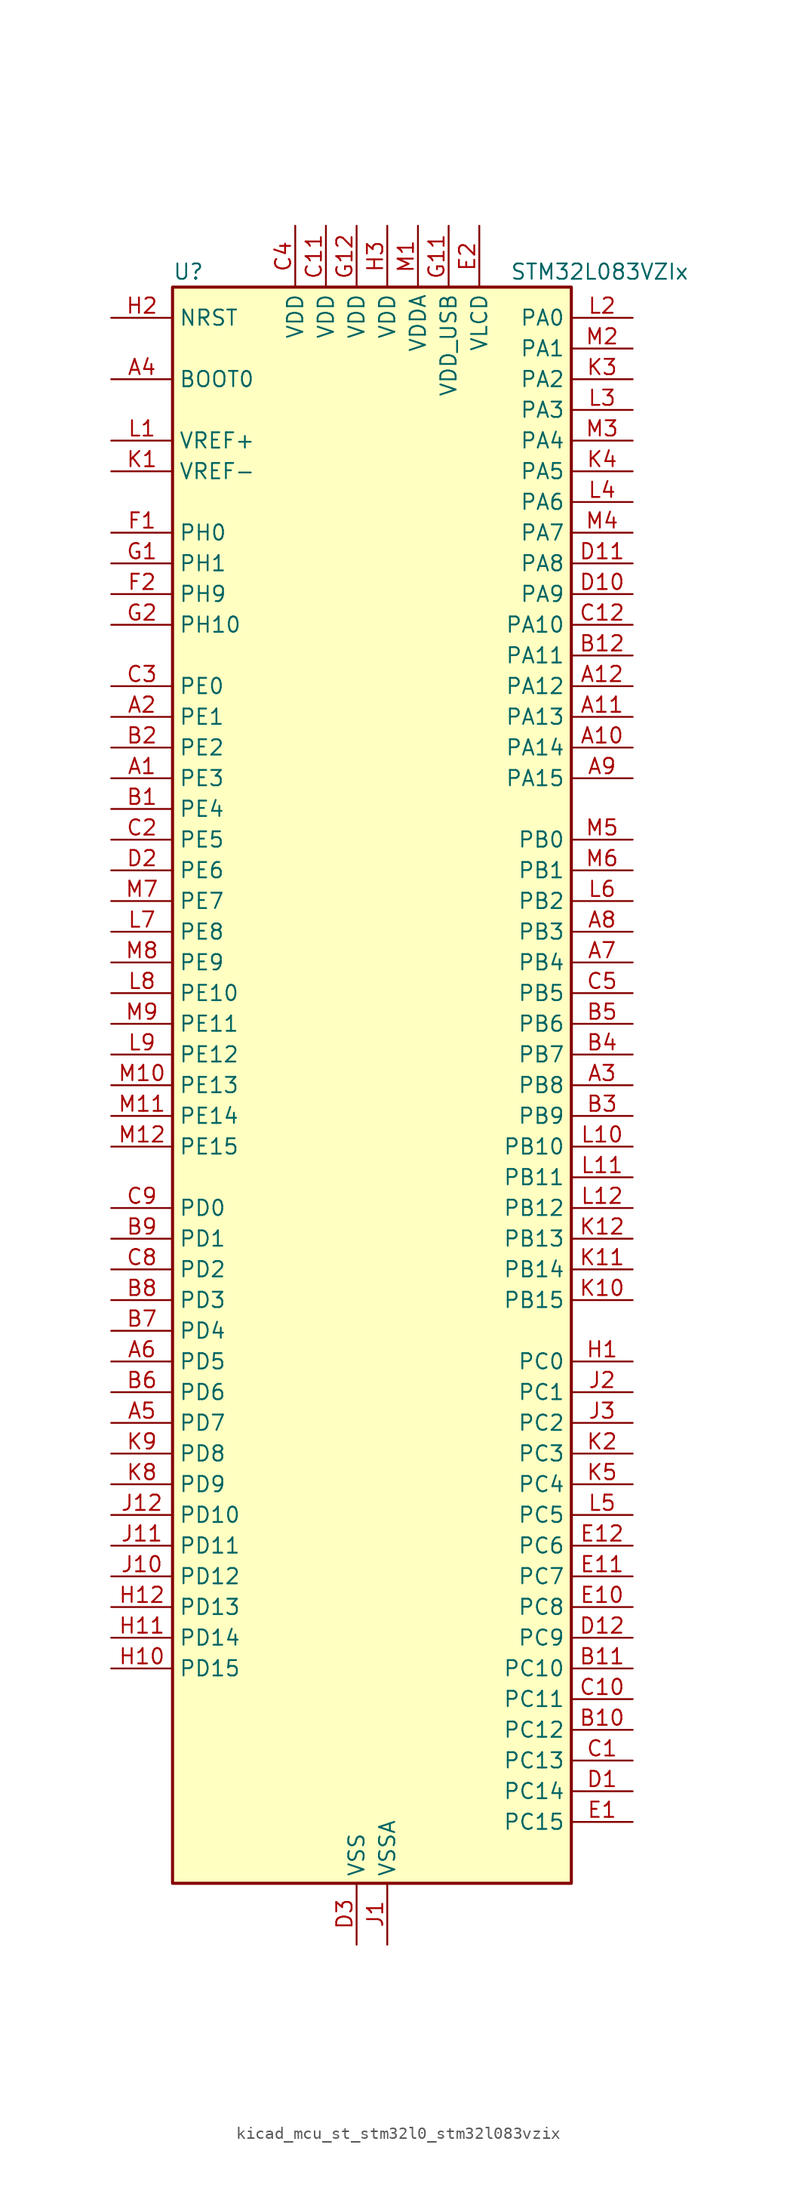
<source format=kicad_sym>
(kicad_symbol_lib
  (version 20220914)
  (generator kicad_symbol_editor)
  (symbol "kicad_mcu_st_stm32l0_stm32l083vzix"
    (property "Reference" "U"
      (at -15.24 67.31 0)
      (effects (font (size 1.27 1.27)) (justify left)))
    (property "Value" "STM32L083VZIx"
      (at 12.7 67.31 0)
      (effects (font (size 1.27 1.27)) (justify left)))
    (property "ki_locked" ""
      (at 0 0 0)
      (effects (font (size 1.27 1.27))))
    (symbol "kicad_mcu_st_stm32l0_stm32l083vzix_0_1"
      (rectangle (start -15.24 -66.04) (end 17.78 66.04) (stroke (width 0.254) (type default)) (fill (type background))))
    (symbol "kicad_mcu_st_stm32l0_stm32l083vzix_1_1"
      (pin bidirectional line (at -20.32 25.4 0) (length 5.08) (name "PE3" (effects (font (size 1.27 1.27)))) (number "A1" (effects (font (size 1.27 1.27)))) (alternate "LCD_SEG39" bidirectional line) (alternate "TIM22_CH1" bidirectional line) (alternate "TIM3_CH1" bidirectional line))
      (pin bidirectional line (at 22.86 27.94 180) (length 5.08) (name "PA14" (effects (font (size 1.27 1.27)))) (number "A10" (effects (font (size 1.27 1.27)))) (alternate "LPUART1_TX" bidirectional line) (alternate "SYS_SWCLK" bidirectional line) (alternate "USART2_TX" bidirectional line))
      (pin bidirectional line (at 22.86 30.48 180) (length 5.08) (name "PA13" (effects (font (size 1.27 1.27)))) (number "A11" (effects (font (size 1.27 1.27)))) (alternate "LPUART1_RX" bidirectional line) (alternate "SYS_SWDIO" bidirectional line) (alternate "USB_NOE" bidirectional line))
      (pin bidirectional line (at 22.86 33.02 180) (length 5.08) (name "PA12" (effects (font (size 1.27 1.27)))) (number "A12" (effects (font (size 1.27 1.27)))) (alternate "COMP2_OUT" bidirectional line) (alternate "SPI1_MOSI" bidirectional line) (alternate "TSC_G4_IO4" bidirectional line) (alternate "USART1_DE" bidirectional line) (alternate "USART1_RTS" bidirectional line) (alternate "USB_DP" bidirectional line))
      (pin bidirectional line (at -20.32 30.48 0) (length 5.08) (name "PE1" (effects (font (size 1.27 1.27)))) (number "A2" (effects (font (size 1.27 1.27)))) (alternate "LCD_SEG37" bidirectional line))
      (pin bidirectional line (at 22.86 0 180) (length 5.08) (name "PB8" (effects (font (size 1.27 1.27)))) (number "A3" (effects (font (size 1.27 1.27)))) (alternate "I2C1_SCL" bidirectional line) (alternate "LCD_SEG16" bidirectional line) (alternate "TSC_SYNC" bidirectional line))
      (pin input line (at -20.32 58.42 0) (length 5.08) (name "BOOT0" (effects (font (size 1.27 1.27)))) (number "A4" (effects (font (size 1.27 1.27)))))
      (pin bidirectional line (at -20.32 -27.94 0) (length 5.08) (name "PD7" (effects (font (size 1.27 1.27)))) (number "A5" (effects (font (size 1.27 1.27)))) (alternate "TIM21_CH2" bidirectional line) (alternate "USART2_CK" bidirectional line))
      (pin bidirectional line (at -20.32 -22.86 0) (length 5.08) (name "PD5" (effects (font (size 1.27 1.27)))) (number "A6" (effects (font (size 1.27 1.27)))) (alternate "USART2_TX" bidirectional line))
      (pin bidirectional line (at 22.86 10.16 180) (length 5.08) (name "PB4" (effects (font (size 1.27 1.27)))) (number "A7" (effects (font (size 1.27 1.27)))) (alternate "COMP2_INP" bidirectional line) (alternate "I2C3_SDA" bidirectional line) (alternate "LCD_SEG8" bidirectional line) (alternate "SPI1_MISO" bidirectional line) (alternate "TIM22_CH1" bidirectional line) (alternate "TIM3_CH1" bidirectional line) (alternate "TSC_G5_IO2" bidirectional line) (alternate "USART1_CTS" bidirectional line) (alternate "USART5_RX" bidirectional line))
      (pin bidirectional line (at 22.86 12.7 180) (length 5.08) (name "PB3" (effects (font (size 1.27 1.27)))) (number "A8" (effects (font (size 1.27 1.27)))) (alternate "COMP2_INM" bidirectional line) (alternate "LCD_SEG7" bidirectional line) (alternate "SPI1_SCK" bidirectional line) (alternate "TIM2_CH2" bidirectional line) (alternate "TSC_G5_IO1" bidirectional line) (alternate "USART1_DE" bidirectional line) (alternate "USART1_RTS" bidirectional line) (alternate "USART5_TX" bidirectional line))
      (pin bidirectional line (at 22.86 25.4 180) (length 5.08) (name "PA15" (effects (font (size 1.27 1.27)))) (number "A9" (effects (font (size 1.27 1.27)))) (alternate "LCD_SEG17" bidirectional line) (alternate "SPI1_NSS" bidirectional line) (alternate "TIM2_CH1" bidirectional line) (alternate "TIM2_ETR" bidirectional line) (alternate "USART2_RX" bidirectional line) (alternate "USART4_DE" bidirectional line) (alternate "USART4_RTS" bidirectional line))
      (pin bidirectional line (at -20.32 22.86 0) (length 5.08) (name "PE4" (effects (font (size 1.27 1.27)))) (number "B1" (effects (font (size 1.27 1.27)))) (alternate "TIM22_CH2" bidirectional line) (alternate "TIM3_CH2" bidirectional line))
      (pin bidirectional line (at 22.86 -53.34 180) (length 5.08) (name "PC12" (effects (font (size 1.27 1.27)))) (number "B10" (effects (font (size 1.27 1.27)))) (alternate "LCD_COM6" bidirectional line) (alternate "LCD_SEG30" bidirectional line) (alternate "LCD_SEG50" bidirectional line) (alternate "USART4_CK" bidirectional line) (alternate "USART5_TX" bidirectional line))
      (pin bidirectional line (at 22.86 -48.26 180) (length 5.08) (name "PC10" (effects (font (size 1.27 1.27)))) (number "B11" (effects (font (size 1.27 1.27)))) (alternate "LCD_COM4" bidirectional line) (alternate "LCD_SEG28" bidirectional line) (alternate "LCD_SEG48" bidirectional line) (alternate "LPUART1_TX" bidirectional line) (alternate "USART4_TX" bidirectional line))
      (pin bidirectional line (at 22.86 35.56 180) (length 5.08) (name "PA11" (effects (font (size 1.27 1.27)))) (number "B12" (effects (font (size 1.27 1.27)))) (alternate "ADC_EXTI11" bidirectional line) (alternate "COMP1_OUT" bidirectional line) (alternate "SPI1_MISO" bidirectional line) (alternate "TSC_G4_IO3" bidirectional line) (alternate "USART1_CTS" bidirectional line) (alternate "USB_DM" bidirectional line))
      (pin bidirectional line (at -20.32 27.94 0) (length 5.08) (name "PE2" (effects (font (size 1.27 1.27)))) (number "B2" (effects (font (size 1.27 1.27)))) (alternate "LCD_SEG38" bidirectional line) (alternate "TIM3_ETR" bidirectional line))
      (pin bidirectional line (at 22.86 -2.54 180) (length 5.08) (name "PB9" (effects (font (size 1.27 1.27)))) (number "B3" (effects (font (size 1.27 1.27)))) (alternate "DAC_EXTI9" bidirectional line) (alternate "I2C1_SDA" bidirectional line) (alternate "I2S2_WS" bidirectional line) (alternate "LCD_COM3" bidirectional line) (alternate "SPI2_NSS" bidirectional line))
      (pin bidirectional line (at 22.86 2.54 180) (length 5.08) (name "PB7" (effects (font (size 1.27 1.27)))) (number "B4" (effects (font (size 1.27 1.27)))) (alternate "COMP2_INP" bidirectional line) (alternate "I2C1_SDA" bidirectional line) (alternate "LPTIM1_IN2" bidirectional line) (alternate "SYS_PVD_IN" bidirectional line) (alternate "TSC_G5_IO4" bidirectional line) (alternate "USART1_RX" bidirectional line) (alternate "USART4_CTS" bidirectional line))
      (pin bidirectional line (at 22.86 5.08 180) (length 5.08) (name "PB6" (effects (font (size 1.27 1.27)))) (number "B5" (effects (font (size 1.27 1.27)))) (alternate "COMP2_INP" bidirectional line) (alternate "I2C1_SCL" bidirectional line) (alternate "LPTIM1_ETR" bidirectional line) (alternate "TSC_G5_IO3" bidirectional line) (alternate "USART1_TX" bidirectional line))
      (pin bidirectional line (at -20.32 -25.4 0) (length 5.08) (name "PD6" (effects (font (size 1.27 1.27)))) (number "B6" (effects (font (size 1.27 1.27)))) (alternate "USART2_RX" bidirectional line))
      (pin bidirectional line (at -20.32 -20.32 0) (length 5.08) (name "PD4" (effects (font (size 1.27 1.27)))) (number "B7" (effects (font (size 1.27 1.27)))) (alternate "I2S2_SD" bidirectional line) (alternate "SPI2_MOSI" bidirectional line) (alternate "USART2_DE" bidirectional line) (alternate "USART2_RTS" bidirectional line))
      (pin bidirectional line (at -20.32 -17.78 0) (length 5.08) (name "PD3" (effects (font (size 1.27 1.27)))) (number "B8" (effects (font (size 1.27 1.27)))) (alternate "I2S2_MCK" bidirectional line) (alternate "LCD_SEG44" bidirectional line) (alternate "SPI2_MISO" bidirectional line) (alternate "USART2_CTS" bidirectional line))
      (pin bidirectional line (at -20.32 -12.7 0) (length 5.08) (name "PD1" (effects (font (size 1.27 1.27)))) (number "B9" (effects (font (size 1.27 1.27)))) (alternate "I2S2_CK" bidirectional line) (alternate "SPI2_SCK" bidirectional line))
      (pin bidirectional line (at 22.86 -55.88 180) (length 5.08) (name "PC13" (effects (font (size 1.27 1.27)))) (number "C1" (effects (font (size 1.27 1.27)))) (alternate "RTC_OUT_ALARM" bidirectional line) (alternate "RTC_OUT_CALIB" bidirectional line) (alternate "RTC_TAMP1" bidirectional line) (alternate "RTC_TS" bidirectional line) (alternate "SYS_WKUP2" bidirectional line))
      (pin bidirectional line (at 22.86 -50.8 180) (length 5.08) (name "PC11" (effects (font (size 1.27 1.27)))) (number "C10" (effects (font (size 1.27 1.27)))) (alternate "ADC_EXTI11" bidirectional line) (alternate "LCD_COM5" bidirectional line) (alternate "LCD_SEG29" bidirectional line) (alternate "LCD_SEG49" bidirectional line) (alternate "LPUART1_RX" bidirectional line) (alternate "USART4_RX" bidirectional line))
      (pin power_in line (at -2.54 71.12 270) (length 5.08) (name "VDD" (effects (font (size 1.27 1.27)))) (number "C11" (effects (font (size 1.27 1.27)))))
      (pin bidirectional line (at 22.86 38.1 180) (length 5.08) (name "PA10" (effects (font (size 1.27 1.27)))) (number "C12" (effects (font (size 1.27 1.27)))) (alternate "I2C1_SDA" bidirectional line) (alternate "LCD_COM2" bidirectional line) (alternate "TSC_G4_IO2" bidirectional line) (alternate "USART1_RX" bidirectional line))
      (pin bidirectional line (at -20.32 20.32 0) (length 5.08) (name "PE5" (effects (font (size 1.27 1.27)))) (number "C2" (effects (font (size 1.27 1.27)))) (alternate "TIM21_CH1" bidirectional line) (alternate "TIM3_CH3" bidirectional line))
      (pin bidirectional line (at -20.32 33.02 0) (length 5.08) (name "PE0" (effects (font (size 1.27 1.27)))) (number "C3" (effects (font (size 1.27 1.27)))) (alternate "LCD_SEG36" bidirectional line))
      (pin power_in line (at -5.08 71.12 270) (length 5.08) (name "VDD" (effects (font (size 1.27 1.27)))) (number "C4" (effects (font (size 1.27 1.27)))))
      (pin bidirectional line (at 22.86 7.62 180) (length 5.08) (name "PB5" (effects (font (size 1.27 1.27)))) (number "C5" (effects (font (size 1.27 1.27)))) (alternate "COMP2_INP" bidirectional line) (alternate "I2C1_SMBA" bidirectional line) (alternate "LCD_SEG9" bidirectional line) (alternate "LPTIM1_IN1" bidirectional line) (alternate "SPI1_MOSI" bidirectional line) (alternate "TIM22_CH2" bidirectional line) (alternate "TIM3_CH2" bidirectional line) (alternate "USART1_CK" bidirectional line) (alternate "USART5_CK" bidirectional line) (alternate "USART5_DE" bidirectional line) (alternate "USART5_RTS" bidirectional line))
      (pin bidirectional line (at -20.32 -15.24 0) (length 5.08) (name "PD2" (effects (font (size 1.27 1.27)))) (number "C8" (effects (font (size 1.27 1.27)))) (alternate "LCD_COM7" bidirectional line) (alternate "LCD_SEG31" bidirectional line) (alternate "LCD_SEG51" bidirectional line) (alternate "LPUART1_DE" bidirectional line) (alternate "LPUART1_RTS" bidirectional line) (alternate "TIM3_ETR" bidirectional line) (alternate "USART5_RX" bidirectional line))
      (pin bidirectional line (at -20.32 -10.16 0) (length 5.08) (name "PD0" (effects (font (size 1.27 1.27)))) (number "C9" (effects (font (size 1.27 1.27)))) (alternate "I2S2_WS" bidirectional line) (alternate "SPI2_NSS" bidirectional line) (alternate "TIM21_CH1" bidirectional line))
      (pin bidirectional line (at 22.86 -58.42 180) (length 5.08) (name "PC14" (effects (font (size 1.27 1.27)))) (number "D1" (effects (font (size 1.27 1.27)))) (alternate "RCC_OSC32_IN" bidirectional line))
      (pin bidirectional line (at 22.86 40.64 180) (length 5.08) (name "PA9" (effects (font (size 1.27 1.27)))) (number "D10" (effects (font (size 1.27 1.27)))) (alternate "DAC_EXTI9" bidirectional line) (alternate "I2C1_SCL" bidirectional line) (alternate "I2C3_SMBA" bidirectional line) (alternate "LCD_COM1" bidirectional line) (alternate "RCC_MCO" bidirectional line) (alternate "TSC_G4_IO1" bidirectional line) (alternate "USART1_TX" bidirectional line))
      (pin bidirectional line (at 22.86 43.18 180) (length 5.08) (name "PA8" (effects (font (size 1.27 1.27)))) (number "D11" (effects (font (size 1.27 1.27)))) (alternate "CRS_SYNC" bidirectional line) (alternate "I2C3_SCL" bidirectional line) (alternate "LCD_COM0" bidirectional line) (alternate "RCC_MCO" bidirectional line) (alternate "USART1_CK" bidirectional line))
      (pin bidirectional line (at 22.86 -45.72 180) (length 5.08) (name "PC9" (effects (font (size 1.27 1.27)))) (number "D12" (effects (font (size 1.27 1.27)))) (alternate "DAC_EXTI9" bidirectional line) (alternate "I2C3_SDA" bidirectional line) (alternate "LCD_SEG27" bidirectional line) (alternate "TIM21_ETR" bidirectional line) (alternate "TIM3_CH4" bidirectional line) (alternate "TSC_G8_IO4" bidirectional line) (alternate "USB_NOE" bidirectional line))
      (pin bidirectional line (at -20.32 17.78 0) (length 5.08) (name "PE6" (effects (font (size 1.27 1.27)))) (number "D2" (effects (font (size 1.27 1.27)))) (alternate "RTC_TAMP3" bidirectional line) (alternate "SYS_WKUP3" bidirectional line) (alternate "TIM21_CH2" bidirectional line) (alternate "TIM3_CH4" bidirectional line))
      (pin power_in line (at 0 -71.12 90) (length 5.08) (name "VSS" (effects (font (size 1.27 1.27)))) (number "D3" (effects (font (size 1.27 1.27)))))
      (pin bidirectional line (at 22.86 -60.96 180) (length 5.08) (name "PC15" (effects (font (size 1.27 1.27)))) (number "E1" (effects (font (size 1.27 1.27)))) (alternate "RCC_OSC32_OUT" bidirectional line))
      (pin bidirectional line (at 22.86 -43.18 180) (length 5.08) (name "PC8" (effects (font (size 1.27 1.27)))) (number "E10" (effects (font (size 1.27 1.27)))) (alternate "LCD_SEG26" bidirectional line) (alternate "TIM22_ETR" bidirectional line) (alternate "TIM3_CH3" bidirectional line) (alternate "TSC_G8_IO3" bidirectional line))
      (pin bidirectional line (at 22.86 -40.64 180) (length 5.08) (name "PC7" (effects (font (size 1.27 1.27)))) (number "E11" (effects (font (size 1.27 1.27)))) (alternate "LCD_SEG25" bidirectional line) (alternate "TIM22_CH2" bidirectional line) (alternate "TIM3_CH2" bidirectional line) (alternate "TSC_G8_IO2" bidirectional line))
      (pin bidirectional line (at 22.86 -38.1 180) (length 5.08) (name "PC6" (effects (font (size 1.27 1.27)))) (number "E12" (effects (font (size 1.27 1.27)))) (alternate "LCD_SEG24" bidirectional line) (alternate "TIM22_CH1" bidirectional line) (alternate "TIM3_CH1" bidirectional line) (alternate "TSC_G8_IO1" bidirectional line))
      (pin power_in line (at 10.16 71.12 270) (length 5.08) (name "VLCD" (effects (font (size 1.27 1.27)))) (number "E2" (effects (font (size 1.27 1.27)))))
      (pin passive line (at 0 -71.12 90) (length 5.08) hide (name "VSS" (effects (font (size 1.27 1.27)))) (number "E3" (effects (font (size 1.27 1.27)))))
      (pin bidirectional line (at -20.32 45.72 0) (length 5.08) (name "PH0" (effects (font (size 1.27 1.27)))) (number "F1" (effects (font (size 1.27 1.27)))) (alternate "CRS_SYNC" bidirectional line) (alternate "RCC_OSC_IN" bidirectional line))
      (pin passive line (at 0 -71.12 90) (length 5.08) hide (name "VSS" (effects (font (size 1.27 1.27)))) (number "F11" (effects (font (size 1.27 1.27)))))
      (pin passive line (at 0 -71.12 90) (length 5.08) hide (name "VSS" (effects (font (size 1.27 1.27)))) (number "F12" (effects (font (size 1.27 1.27)))))
      (pin bidirectional line (at -20.32 40.64 0) (length 5.08) (name "PH9" (effects (font (size 1.27 1.27)))) (number "F2" (effects (font (size 1.27 1.27)))) (alternate "DAC_EXTI9" bidirectional line))
      (pin bidirectional line (at -20.32 43.18 0) (length 5.08) (name "PH1" (effects (font (size 1.27 1.27)))) (number "G1" (effects (font (size 1.27 1.27)))) (alternate "RCC_OSC_OUT" bidirectional line))
      (pin power_in line (at 7.62 71.12 270) (length 5.08) (name "VDD_USB" (effects (font (size 1.27 1.27)))) (number "G11" (effects (font (size 1.27 1.27)))))
      (pin power_in line (at 0 71.12 270) (length 5.08) (name "VDD" (effects (font (size 1.27 1.27)))) (number "G12" (effects (font (size 1.27 1.27)))))
      (pin bidirectional line (at -20.32 38.1 0) (length 5.08) (name "PH10" (effects (font (size 1.27 1.27)))) (number "G2" (effects (font (size 1.27 1.27)))))
      (pin bidirectional line (at 22.86 -22.86 180) (length 5.08) (name "PC0" (effects (font (size 1.27 1.27)))) (number "H1" (effects (font (size 1.27 1.27)))) (alternate "ADC_IN10" bidirectional line) (alternate "I2C3_SCL" bidirectional line) (alternate "LCD_SEG18" bidirectional line) (alternate "LPTIM1_IN1" bidirectional line) (alternate "LPUART1_RX" bidirectional line) (alternate "TSC_G7_IO1" bidirectional line))
      (pin bidirectional line (at -20.32 -48.26 0) (length 5.08) (name "PD15" (effects (font (size 1.27 1.27)))) (number "H10" (effects (font (size 1.27 1.27)))) (alternate "CRS_SYNC" bidirectional line) (alternate "LCD_SEG35" bidirectional line))
      (pin bidirectional line (at -20.32 -45.72 0) (length 5.08) (name "PD14" (effects (font (size 1.27 1.27)))) (number "H11" (effects (font (size 1.27 1.27)))) (alternate "LCD_SEG34" bidirectional line))
      (pin bidirectional line (at -20.32 -43.18 0) (length 5.08) (name "PD13" (effects (font (size 1.27 1.27)))) (number "H12" (effects (font (size 1.27 1.27)))) (alternate "LCD_SEG33" bidirectional line))
      (pin input line (at -20.32 63.5 0) (length 5.08) (name "NRST" (effects (font (size 1.27 1.27)))) (number "H2" (effects (font (size 1.27 1.27)))))
      (pin power_in line (at 2.54 71.12 270) (length 5.08) (name "VDD" (effects (font (size 1.27 1.27)))) (number "H3" (effects (font (size 1.27 1.27)))))
      (pin power_in line (at 2.54 -71.12 90) (length 5.08) (name "VSSA" (effects (font (size 1.27 1.27)))) (number "J1" (effects (font (size 1.27 1.27)))))
      (pin bidirectional line (at -20.32 -40.64 0) (length 5.08) (name "PD12" (effects (font (size 1.27 1.27)))) (number "J10" (effects (font (size 1.27 1.27)))) (alternate "LCD_SEG32" bidirectional line) (alternate "LPUART1_DE" bidirectional line) (alternate "LPUART1_RTS" bidirectional line))
      (pin bidirectional line (at -20.32 -38.1 0) (length 5.08) (name "PD11" (effects (font (size 1.27 1.27)))) (number "J11" (effects (font (size 1.27 1.27)))) (alternate "ADC_EXTI11" bidirectional line) (alternate "LCD_SEG31" bidirectional line) (alternate "LPUART1_CTS" bidirectional line))
      (pin bidirectional line (at -20.32 -35.56 0) (length 5.08) (name "PD10" (effects (font (size 1.27 1.27)))) (number "J12" (effects (font (size 1.27 1.27)))) (alternate "LCD_SEG30" bidirectional line))
      (pin bidirectional line (at 22.86 -25.4 180) (length 5.08) (name "PC1" (effects (font (size 1.27 1.27)))) (number "J2" (effects (font (size 1.27 1.27)))) (alternate "ADC_IN11" bidirectional line) (alternate "I2C3_SDA" bidirectional line) (alternate "LCD_SEG19" bidirectional line) (alternate "LPTIM1_OUT" bidirectional line) (alternate "LPUART1_TX" bidirectional line) (alternate "TSC_G7_IO2" bidirectional line))
      (pin bidirectional line (at 22.86 -27.94 180) (length 5.08) (name "PC2" (effects (font (size 1.27 1.27)))) (number "J3" (effects (font (size 1.27 1.27)))) (alternate "ADC_IN12" bidirectional line) (alternate "I2S2_MCK" bidirectional line) (alternate "LCD_SEG20" bidirectional line) (alternate "LPTIM1_IN2" bidirectional line) (alternate "SPI2_MISO" bidirectional line) (alternate "TSC_G7_IO3" bidirectional line))
      (pin input line (at -20.32 50.8 0) (length 5.08) (name "VREF-" (effects (font (size 1.27 1.27)))) (number "K1" (effects (font (size 1.27 1.27)))))
      (pin bidirectional line (at 22.86 -17.78 180) (length 5.08) (name "PB15" (effects (font (size 1.27 1.27)))) (number "K10" (effects (font (size 1.27 1.27)))) (alternate "I2S2_SD" bidirectional line) (alternate "LCD_SEG15" bidirectional line) (alternate "RTC_REFIN" bidirectional line) (alternate "SPI2_MOSI" bidirectional line))
      (pin bidirectional line (at 22.86 -15.24 180) (length 5.08) (name "PB14" (effects (font (size 1.27 1.27)))) (number "K11" (effects (font (size 1.27 1.27)))) (alternate "I2C2_SDA" bidirectional line) (alternate "I2S2_MCK" bidirectional line) (alternate "LCD_SEG14" bidirectional line) (alternate "LPUART1_DE" bidirectional line) (alternate "LPUART1_RTS" bidirectional line) (alternate "RTC_OUT_ALARM" bidirectional line) (alternate "RTC_OUT_CALIB" bidirectional line) (alternate "SPI2_MISO" bidirectional line) (alternate "TIM21_CH2" bidirectional line) (alternate "TSC_G6_IO4" bidirectional line))
      (pin bidirectional line (at 22.86 -12.7 180) (length 5.08) (name "PB13" (effects (font (size 1.27 1.27)))) (number "K12" (effects (font (size 1.27 1.27)))) (alternate "I2C2_SCL" bidirectional line) (alternate "I2S2_CK" bidirectional line) (alternate "LCD_SEG13" bidirectional line) (alternate "LPUART1_CTS" bidirectional line) (alternate "RCC_MCO" bidirectional line) (alternate "SPI2_SCK" bidirectional line) (alternate "TIM21_CH1" bidirectional line) (alternate "TSC_G6_IO3" bidirectional line))
      (pin bidirectional line (at 22.86 -30.48 180) (length 5.08) (name "PC3" (effects (font (size 1.27 1.27)))) (number "K2" (effects (font (size 1.27 1.27)))) (alternate "ADC_IN13" bidirectional line) (alternate "I2S2_SD" bidirectional line) (alternate "LCD_SEG21" bidirectional line) (alternate "LPTIM1_ETR" bidirectional line) (alternate "SPI2_MOSI" bidirectional line) (alternate "TSC_G7_IO4" bidirectional line))
      (pin bidirectional line (at 22.86 58.42 180) (length 5.08) (name "PA2" (effects (font (size 1.27 1.27)))) (number "K3" (effects (font (size 1.27 1.27)))) (alternate "ADC_IN2" bidirectional line) (alternate "COMP2_INM" bidirectional line) (alternate "COMP2_OUT" bidirectional line) (alternate "LCD_SEG1" bidirectional line) (alternate "LPUART1_TX" bidirectional line) (alternate "TIM21_CH1" bidirectional line) (alternate "TIM2_CH3" bidirectional line) (alternate "TSC_G1_IO3" bidirectional line) (alternate "USART2_TX" bidirectional line))
      (pin bidirectional line (at 22.86 50.8 180) (length 5.08) (name "PA5" (effects (font (size 1.27 1.27)))) (number "K4" (effects (font (size 1.27 1.27)))) (alternate "ADC_IN5" bidirectional line) (alternate "COMP1_INM" bidirectional line) (alternate "COMP2_INM" bidirectional line) (alternate "DAC_OUT2" bidirectional line) (alternate "SPI1_SCK" bidirectional line) (alternate "TIM2_CH1" bidirectional line) (alternate "TIM2_ETR" bidirectional line) (alternate "TSC_G2_IO2" bidirectional line))
      (pin bidirectional line (at 22.86 -33.02 180) (length 5.08) (name "PC4" (effects (font (size 1.27 1.27)))) (number "K5" (effects (font (size 1.27 1.27)))) (alternate "ADC_IN14" bidirectional line) (alternate "LCD_SEG22" bidirectional line) (alternate "LPUART1_TX" bidirectional line))
      (pin bidirectional line (at -20.32 -33.02 0) (length 5.08) (name "PD9" (effects (font (size 1.27 1.27)))) (number "K8" (effects (font (size 1.27 1.27)))) (alternate "DAC_EXTI9" bidirectional line) (alternate "LCD_SEG29" bidirectional line) (alternate "LPUART1_RX" bidirectional line))
      (pin bidirectional line (at -20.32 -30.48 0) (length 5.08) (name "PD8" (effects (font (size 1.27 1.27)))) (number "K9" (effects (font (size 1.27 1.27)))) (alternate "LCD_SEG28" bidirectional line) (alternate "LPUART1_TX" bidirectional line))
      (pin input line (at -20.32 53.34 0) (length 5.08) (name "VREF+" (effects (font (size 1.27 1.27)))) (number "L1" (effects (font (size 1.27 1.27)))))
      (pin bidirectional line (at 22.86 -5.08 180) (length 5.08) (name "PB10" (effects (font (size 1.27 1.27)))) (number "L10" (effects (font (size 1.27 1.27)))) (alternate "I2C2_SCL" bidirectional line) (alternate "LCD_SEG10" bidirectional line) (alternate "LPUART1_RX" bidirectional line) (alternate "LPUART1_TX" bidirectional line) (alternate "SPI2_SCK" bidirectional line) (alternate "TIM2_CH3" bidirectional line) (alternate "TSC_SYNC" bidirectional line))
      (pin bidirectional line (at 22.86 -7.62 180) (length 5.08) (name "PB11" (effects (font (size 1.27 1.27)))) (number "L11" (effects (font (size 1.27 1.27)))) (alternate "ADC_EXTI11" bidirectional line) (alternate "I2C2_SDA" bidirectional line) (alternate "LCD_SEG11" bidirectional line) (alternate "LPUART1_RX" bidirectional line) (alternate "LPUART1_TX" bidirectional line) (alternate "TIM2_CH4" bidirectional line) (alternate "TSC_G6_IO1" bidirectional line))
      (pin bidirectional line (at 22.86 -10.16 180) (length 5.08) (name "PB12" (effects (font (size 1.27 1.27)))) (number "L12" (effects (font (size 1.27 1.27)))) (alternate "I2S2_WS" bidirectional line) (alternate "LCD_SEG12" bidirectional line) (alternate "LCD_VLCD2" bidirectional line) (alternate "LPUART1_DE" bidirectional line) (alternate "LPUART1_RTS" bidirectional line) (alternate "SPI2_NSS" bidirectional line) (alternate "TSC_G6_IO2" bidirectional line))
      (pin bidirectional line (at 22.86 63.5 180) (length 5.08) (name "PA0" (effects (font (size 1.27 1.27)))) (number "L2" (effects (font (size 1.27 1.27)))) (alternate "ADC_IN0" bidirectional line) (alternate "COMP1_INM" bidirectional line) (alternate "COMP1_OUT" bidirectional line) (alternate "RTC_TAMP2" bidirectional line) (alternate "SYS_WKUP1" bidirectional line) (alternate "TIM2_CH1" bidirectional line) (alternate "TIM2_ETR" bidirectional line) (alternate "TSC_G1_IO1" bidirectional line) (alternate "USART2_CTS" bidirectional line) (alternate "USART4_TX" bidirectional line))
      (pin bidirectional line (at 22.86 55.88 180) (length 5.08) (name "PA3" (effects (font (size 1.27 1.27)))) (number "L3" (effects (font (size 1.27 1.27)))) (alternate "ADC_IN3" bidirectional line) (alternate "COMP2_INP" bidirectional line) (alternate "LCD_SEG2" bidirectional line) (alternate "LPUART1_RX" bidirectional line) (alternate "TIM21_CH2" bidirectional line) (alternate "TIM2_CH4" bidirectional line) (alternate "TSC_G1_IO4" bidirectional line) (alternate "USART2_RX" bidirectional line))
      (pin bidirectional line (at 22.86 48.26 180) (length 5.08) (name "PA6" (effects (font (size 1.27 1.27)))) (number "L4" (effects (font (size 1.27 1.27)))) (alternate "ADC_IN6" bidirectional line) (alternate "COMP1_OUT" bidirectional line) (alternate "LCD_SEG3" bidirectional line) (alternate "LPUART1_CTS" bidirectional line) (alternate "SPI1_MISO" bidirectional line) (alternate "TIM22_CH1" bidirectional line) (alternate "TIM3_CH1" bidirectional line) (alternate "TSC_G2_IO3" bidirectional line))
      (pin bidirectional line (at 22.86 -35.56 180) (length 5.08) (name "PC5" (effects (font (size 1.27 1.27)))) (number "L5" (effects (font (size 1.27 1.27)))) (alternate "ADC_IN15" bidirectional line) (alternate "LCD_SEG23" bidirectional line) (alternate "LPUART1_RX" bidirectional line) (alternate "TSC_G3_IO1" bidirectional line))
      (pin bidirectional line (at 22.86 15.24 180) (length 5.08) (name "PB2" (effects (font (size 1.27 1.27)))) (number "L6" (effects (font (size 1.27 1.27)))) (alternate "I2C3_SMBA" bidirectional line) (alternate "LCD_VLCD2" bidirectional line) (alternate "LPTIM1_OUT" bidirectional line) (alternate "TSC_G3_IO4" bidirectional line))
      (pin bidirectional line (at -20.32 12.7 0) (length 5.08) (name "PE8" (effects (font (size 1.27 1.27)))) (number "L7" (effects (font (size 1.27 1.27)))) (alternate "LCD_SEG46" bidirectional line) (alternate "USART4_TX" bidirectional line))
      (pin bidirectional line (at -20.32 7.62 0) (length 5.08) (name "PE10" (effects (font (size 1.27 1.27)))) (number "L8" (effects (font (size 1.27 1.27)))) (alternate "LCD_SEG40" bidirectional line) (alternate "TIM2_CH2" bidirectional line) (alternate "USART5_TX" bidirectional line))
      (pin bidirectional line (at -20.32 2.54 0) (length 5.08) (name "PE12" (effects (font (size 1.27 1.27)))) (number "L9" (effects (font (size 1.27 1.27)))) (alternate "LCD_VLCD3" bidirectional line) (alternate "SPI1_NSS" bidirectional line) (alternate "TIM2_CH4" bidirectional line))
      (pin power_in line (at 5.08 71.12 270) (length 5.08) (name "VDDA" (effects (font (size 1.27 1.27)))) (number "M1" (effects (font (size 1.27 1.27)))))
      (pin bidirectional line (at -20.32 0 0) (length 5.08) (name "PE13" (effects (font (size 1.27 1.27)))) (number "M10" (effects (font (size 1.27 1.27)))) (alternate "LCD_SEG41" bidirectional line) (alternate "SPI1_SCK" bidirectional line))
      (pin bidirectional line (at -20.32 -2.54 0) (length 5.08) (name "PE14" (effects (font (size 1.27 1.27)))) (number "M11" (effects (font (size 1.27 1.27)))) (alternate "LCD_SEG42" bidirectional line) (alternate "SPI1_MISO" bidirectional line))
      (pin bidirectional line (at -20.32 -5.08 0) (length 5.08) (name "PE15" (effects (font (size 1.27 1.27)))) (number "M12" (effects (font (size 1.27 1.27)))) (alternate "LCD_SEG43" bidirectional line) (alternate "SPI1_MOSI" bidirectional line))
      (pin bidirectional line (at 22.86 60.96 180) (length 5.08) (name "PA1" (effects (font (size 1.27 1.27)))) (number "M2" (effects (font (size 1.27 1.27)))) (alternate "ADC_IN1" bidirectional line) (alternate "COMP1_INP" bidirectional line) (alternate "LCD_SEG0" bidirectional line) (alternate "TIM21_ETR" bidirectional line) (alternate "TIM2_CH2" bidirectional line) (alternate "TSC_G1_IO2" bidirectional line) (alternate "USART2_DE" bidirectional line) (alternate "USART2_RTS" bidirectional line) (alternate "USART4_RX" bidirectional line))
      (pin bidirectional line (at 22.86 53.34 180) (length 5.08) (name "PA4" (effects (font (size 1.27 1.27)))) (number "M3" (effects (font (size 1.27 1.27)))) (alternate "ADC_IN4" bidirectional line) (alternate "COMP1_INM" bidirectional line) (alternate "COMP2_INM" bidirectional line) (alternate "DAC_OUT1" bidirectional line) (alternate "SPI1_NSS" bidirectional line) (alternate "TIM22_ETR" bidirectional line) (alternate "TSC_G2_IO1" bidirectional line) (alternate "USART2_CK" bidirectional line))
      (pin bidirectional line (at 22.86 45.72 180) (length 5.08) (name "PA7" (effects (font (size 1.27 1.27)))) (number "M4" (effects (font (size 1.27 1.27)))) (alternate "ADC_IN7" bidirectional line) (alternate "COMP2_OUT" bidirectional line) (alternate "LCD_SEG4" bidirectional line) (alternate "SPI1_MOSI" bidirectional line) (alternate "TIM22_CH2" bidirectional line) (alternate "TIM3_CH2" bidirectional line) (alternate "TSC_G2_IO4" bidirectional line))
      (pin bidirectional line (at 22.86 20.32 180) (length 5.08) (name "PB0" (effects (font (size 1.27 1.27)))) (number "M5" (effects (font (size 1.27 1.27)))) (alternate "ADC_IN8" bidirectional line) (alternate "LCD_SEG5" bidirectional line) (alternate "LCD_VLCD3" bidirectional line) (alternate "SYS_VREF_OUT_PB0" bidirectional line) (alternate "TIM3_CH3" bidirectional line) (alternate "TSC_G3_IO2" bidirectional line))
      (pin bidirectional line (at 22.86 17.78 180) (length 5.08) (name "PB1" (effects (font (size 1.27 1.27)))) (number "M6" (effects (font (size 1.27 1.27)))) (alternate "ADC_IN9" bidirectional line) (alternate "LCD_SEG6" bidirectional line) (alternate "LPUART1_DE" bidirectional line) (alternate "LPUART1_RTS" bidirectional line) (alternate "SYS_VREF_OUT_PB1" bidirectional line) (alternate "TIM3_CH4" bidirectional line) (alternate "TSC_G3_IO3" bidirectional line))
      (pin bidirectional line (at -20.32 15.24 0) (length 5.08) (name "PE7" (effects (font (size 1.27 1.27)))) (number "M7" (effects (font (size 1.27 1.27)))) (alternate "LCD_SEG45" bidirectional line) (alternate "USART5_CK" bidirectional line) (alternate "USART5_DE" bidirectional line) (alternate "USART5_RTS" bidirectional line))
      (pin bidirectional line (at -20.32 10.16 0) (length 5.08) (name "PE9" (effects (font (size 1.27 1.27)))) (number "M8" (effects (font (size 1.27 1.27)))) (alternate "DAC_EXTI9" bidirectional line) (alternate "LCD_SEG47" bidirectional line) (alternate "TIM2_CH1" bidirectional line) (alternate "TIM2_ETR" bidirectional line) (alternate "USART4_RX" bidirectional line))
      (pin bidirectional line (at -20.32 5.08 0) (length 5.08) (name "PE11" (effects (font (size 1.27 1.27)))) (number "M9" (effects (font (size 1.27 1.27)))) (alternate "ADC_EXTI11" bidirectional line) (alternate "LCD_VLCD1" bidirectional line) (alternate "TIM2_CH3" bidirectional line) (alternate "USART5_RX" bidirectional line)))))
</source>
